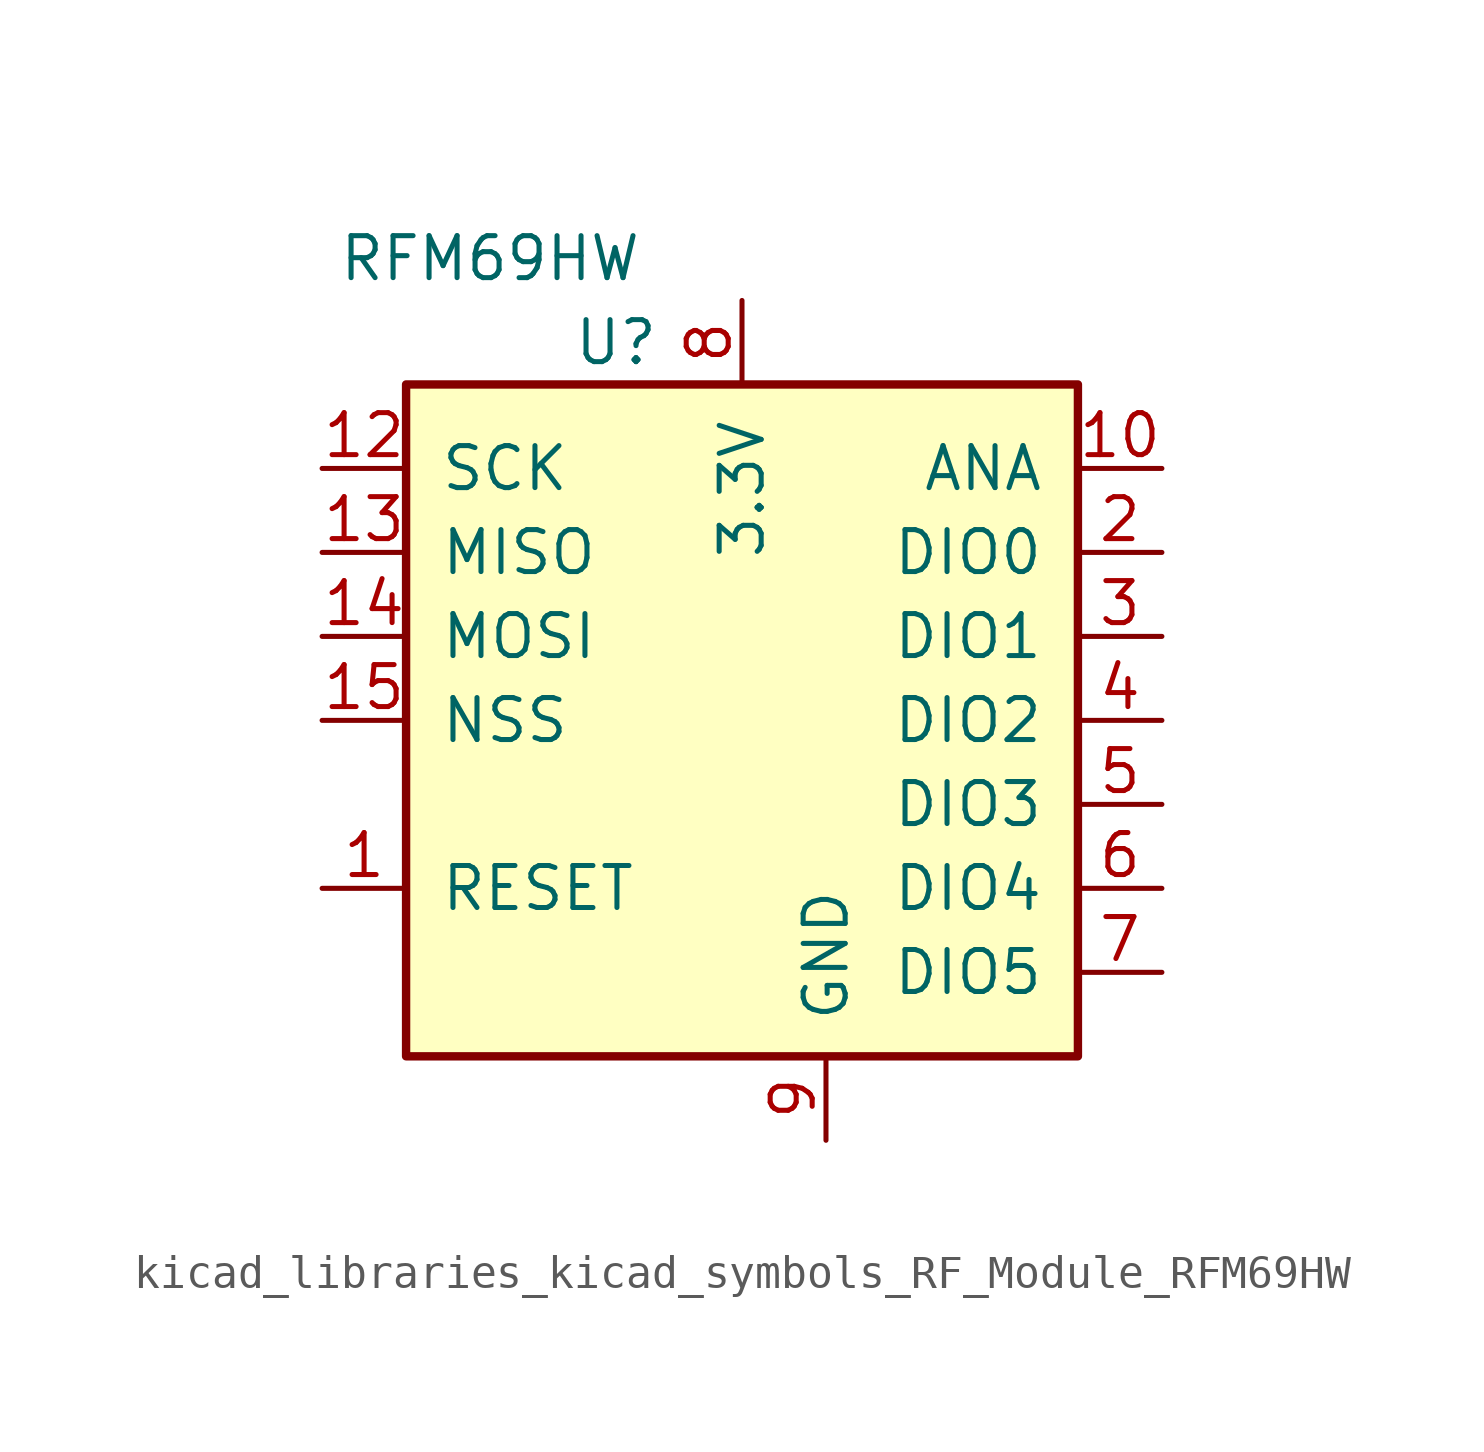
<source format=kicad_sym>
(kicad_symbol_lib
  (version 20220914)
  (generator kicad_symbol_editor)
  (symbol "kicad_libraries_kicad_symbols_RF_Module_RFM69HW"
    (pin_names
      (offset 1.016))
    (property "Reference" "U"
      (at -3.81 11.43 0)
      (effects (font (size 1.27 1.27))))
    (property "Value" "RFM69HW"
      (at -7.62 13.97 0)
      (effects (font (size 1.27 1.27))))
    (symbol "kicad_libraries_kicad_symbols_RF_Module_RFM69HW_0_1"
      (rectangle (start -10.16 10.16) (end 10.16 -10.16) (stroke (width 0.254) (type default)) (fill (type background))))
    (symbol "kicad_libraries_kicad_symbols_RF_Module_RFM69HW_1_1"
      (pin input line (at -12.7 -5.08 0) (length 2.54) (name "RESET" (effects (font (size 1.27 1.27)))) (number "1" (effects (font (size 1.27 1.27)))))
      (pin output line (at 12.7 7.62 180) (length 2.54) (name "ANA" (effects (font (size 1.27 1.27)))) (number "10" (effects (font (size 1.27 1.27)))))
      (pin passive line (at 2.54 -12.7 90) (length 2.54) hide (name "GND" (effects (font (size 1.27 1.27)))) (number "11" (effects (font (size 1.27 1.27)))))
      (pin input line (at -12.7 7.62 0) (length 2.54) (name "SCK" (effects (font (size 1.27 1.27)))) (number "12" (effects (font (size 1.27 1.27)))))
      (pin output line (at -12.7 5.08 0) (length 2.54) (name "MISO" (effects (font (size 1.27 1.27)))) (number "13" (effects (font (size 1.27 1.27)))))
      (pin input line (at -12.7 2.54 0) (length 2.54) (name "MOSI" (effects (font (size 1.27 1.27)))) (number "14" (effects (font (size 1.27 1.27)))))
      (pin input line (at -12.7 0 0) (length 2.54) (name "NSS" (effects (font (size 1.27 1.27)))) (number "15" (effects (font (size 1.27 1.27)))))
      (pin no_connect line (at -2.54 -10.16 90) (length 2.54) hide (name "NC" (effects (font (size 1.27 1.27)))) (number "16" (effects (font (size 1.27 1.27)))))
      (pin bidirectional line (at 12.7 5.08 180) (length 2.54) (name "DIO0" (effects (font (size 1.27 1.27)))) (number "2" (effects (font (size 1.27 1.27)))))
      (pin bidirectional line (at 12.7 2.54 180) (length 2.54) (name "DIO1" (effects (font (size 1.27 1.27)))) (number "3" (effects (font (size 1.27 1.27)))))
      (pin bidirectional line (at 12.7 0 180) (length 2.54) (name "DIO2" (effects (font (size 1.27 1.27)))) (number "4" (effects (font (size 1.27 1.27)))))
      (pin bidirectional line (at 12.7 -2.54 180) (length 2.54) (name "DIO3" (effects (font (size 1.27 1.27)))) (number "5" (effects (font (size 1.27 1.27)))))
      (pin bidirectional line (at 12.7 -5.08 180) (length 2.54) (name "DIO4" (effects (font (size 1.27 1.27)))) (number "6" (effects (font (size 1.27 1.27)))))
      (pin bidirectional line (at 12.7 -7.62 180) (length 2.54) (name "DIO5" (effects (font (size 1.27 1.27)))) (number "7" (effects (font (size 1.27 1.27)))))
      (pin power_in line (at 0 12.7 270) (length 2.54) (name "3.3V" (effects (font (size 1.27 1.27)))) (number "8" (effects (font (size 1.27 1.27)))))
      (pin power_in line (at 2.54 -12.7 90) (length 2.54) (name "GND" (effects (font (size 1.27 1.27)))) (number "9" (effects (font (size 1.27 1.27))))))))
</source>
